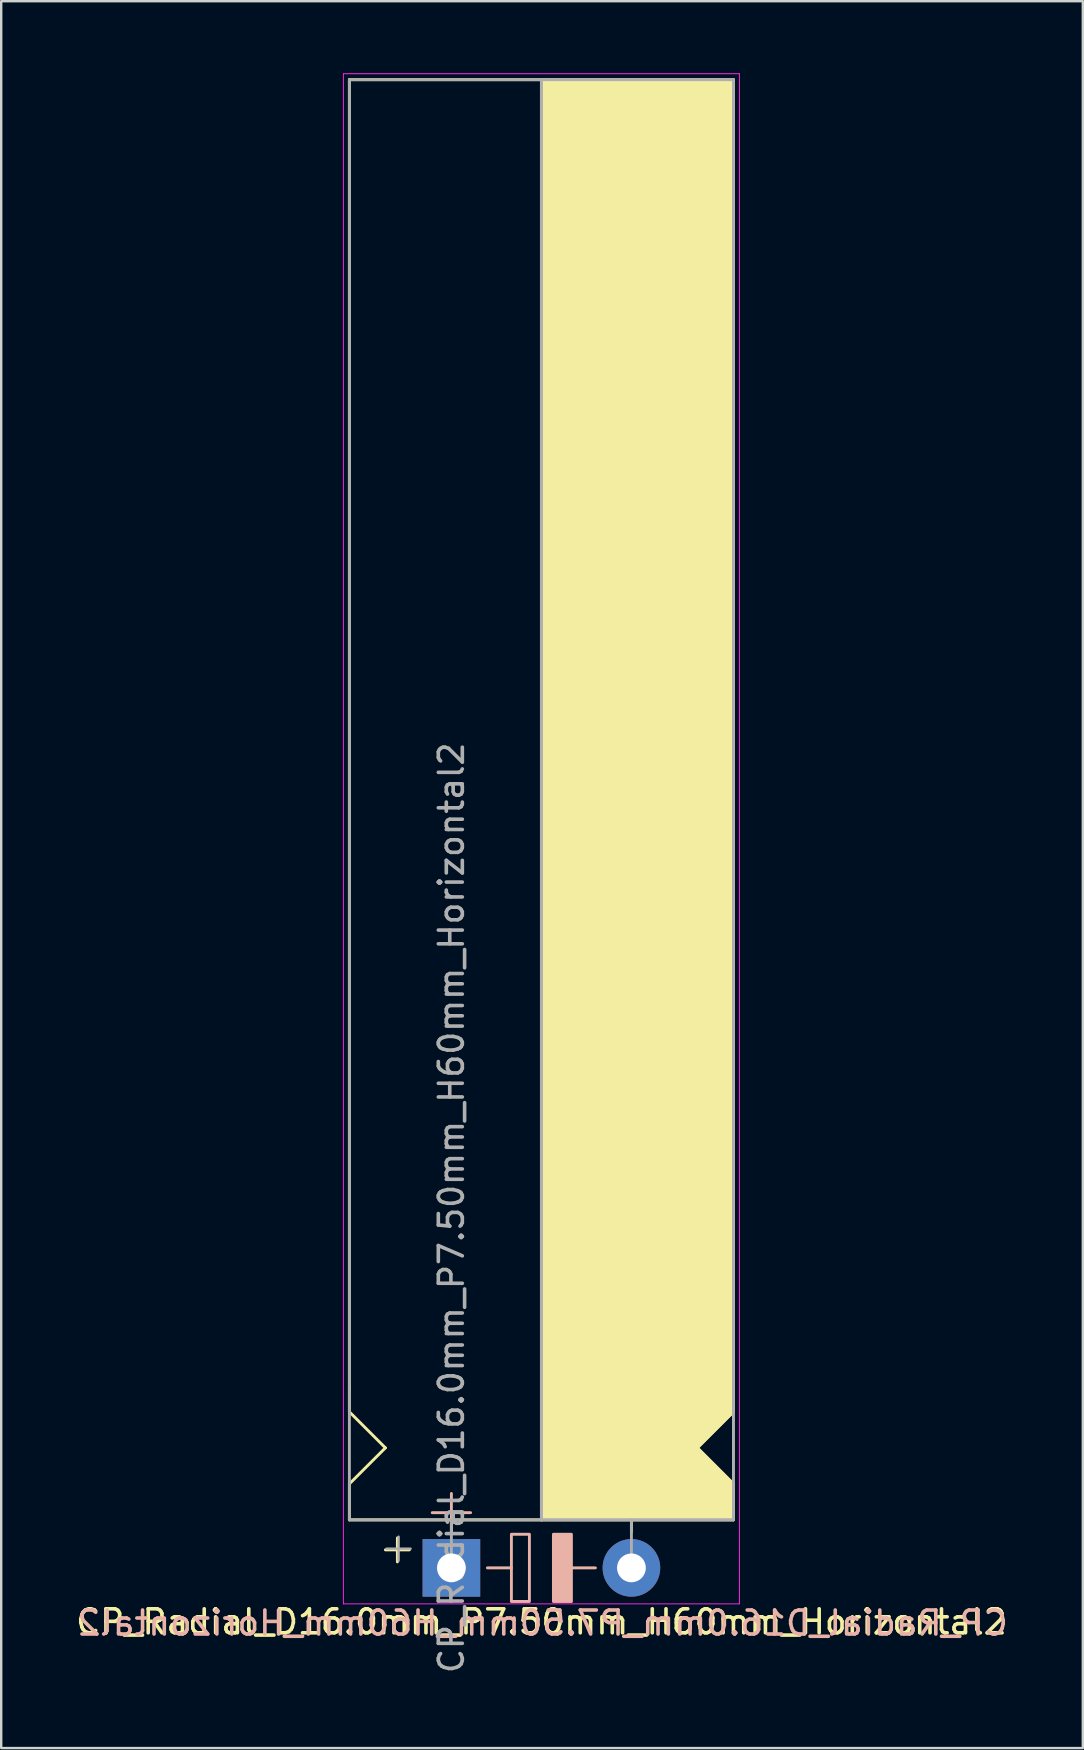
<source format=kicad_pcb>
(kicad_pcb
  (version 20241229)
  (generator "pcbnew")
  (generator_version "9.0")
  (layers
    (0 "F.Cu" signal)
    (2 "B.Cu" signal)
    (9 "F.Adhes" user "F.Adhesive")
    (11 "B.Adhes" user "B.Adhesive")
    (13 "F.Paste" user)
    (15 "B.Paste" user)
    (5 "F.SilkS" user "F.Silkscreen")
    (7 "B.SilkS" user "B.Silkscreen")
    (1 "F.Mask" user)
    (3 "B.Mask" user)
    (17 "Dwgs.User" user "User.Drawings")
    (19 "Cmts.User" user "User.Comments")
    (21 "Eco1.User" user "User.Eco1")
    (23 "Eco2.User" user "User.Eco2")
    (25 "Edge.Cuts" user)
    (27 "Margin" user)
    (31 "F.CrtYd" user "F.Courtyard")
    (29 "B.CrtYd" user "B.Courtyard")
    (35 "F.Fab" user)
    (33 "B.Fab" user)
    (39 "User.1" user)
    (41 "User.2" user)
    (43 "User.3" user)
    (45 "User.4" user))
  (footprint "CP_Radial_D16.0mm_P7.50mm_H60mm_Horizontal2"
    (layer "F.Cu")
    (at 15.756 62.27)
    (property "Reference" "CP_Radial_D16.0mm_P7.50mm_H60mm_Horizontal2" (at 3.75 2.25 0) (layer "F.SilkS") (effects (font (size 1 1) (thickness 0.15))))
    (fp_line (start -4.25 -7.5) (end -4.25 -62) (stroke (width 0.12) (type solid)) (layer "F.SilkS"))
    (fp_line (start -4.25 -6.5) (end -4.25 -7.5) (stroke (width 0.12) (type solid)) (layer "F.SilkS"))
    (fp_line (start -4.25 -3.5) (end -2.75 -5) (stroke (width 0.12) (type solid)) (layer "F.SilkS"))
    (fp_line (start -4.25 -2) (end -4.25 -3.5) (stroke (width 0.12) (type solid)) (layer "F.SilkS"))
    (fp_line (start -2.75 -5) (end -4.25 -6.5) (stroke (width 0.12) (type solid)) (layer "F.SilkS"))
    (fp_line (start -2.25 -1.25) (end -2.25 -0.25) (stroke (width 0.12) (type solid)) (layer "F.SilkS"))
    (fp_line (start -1.75 -0.75) (end -2.75 -0.75) (stroke (width 0.12) (type solid)) (layer "F.SilkS"))
    (fp_line (start 0 -1.5) (end 0 -2) (stroke (width 0.12) (type solid)) (layer "F.SilkS"))
    (fp_line (start 3.75 -2) (end -4.25 -2) (stroke (width 0.12) (type solid)) (layer "F.SilkS"))
    (fp_line (start 3.75 -2) (end 3.75 -62) (stroke (width 0.12) (type solid)) (layer "F.SilkS"))
    (fp_line (start 3.75 -2) (end 11.75 -2) (stroke (width 0.12) (type solid)) (layer "F.SilkS"))
    (fp_line (start 7.5 -1.5) (end 7.5 -2) (stroke (width 0.12) (type solid)) (layer "F.SilkS"))
    (fp_line (start 10.25 -5) (end 11.75 -6.5) (stroke (width 0.12) (type solid)) (layer "F.SilkS"))
    (fp_line (start 11.75 -62) (end -4.25 -62) (stroke (width 0.12) (type solid)) (layer "F.SilkS"))
    (fp_line (start 11.75 -62) (end 11.75 -6.5) (stroke (width 0.12) (type solid)) (layer "F.SilkS"))
    (fp_line (start 11.75 -3.5) (end 10.25 -5) (stroke (width 0.12) (type solid)) (layer "F.SilkS"))
    (fp_line (start 11.75 -2) (end 11.75 -3.5) (stroke (width 0.12) (type solid)) (layer "F.SilkS"))
    (fp_poly (pts (xy 11.75 -3.5) (xy 10.25 -5) (xy 11.75 -6.5) (xy 11.75 -62) (xy 3.75 -62) (xy 3.75 -2) (xy 11.75 -2)) (stroke (width 0.1) (type solid)) (fill yes) (layer "F.SilkS"))
    (fp_line (start 0 -3.1) (end 0 -1.5) (stroke (width 0.12) (type solid)) (layer "B.SilkS"))
    (fp_line (start 0.8 -2.3) (end -0.8 -2.3) (stroke (width 0.12) (type solid)) (layer "B.SilkS"))
    (fp_line (start 2.5 0) (end 1.5 0) (stroke (width 0.12) (type solid)) (layer "B.SilkS"))
    (fp_line (start 6 0) (end 5 0) (stroke (width 0.12) (type solid)) (layer "B.SilkS"))
    (fp_rect (start 2.5 -1.4) (end 3.25 1.4) (stroke (width 0.12) (type solid)) (fill no) (layer "B.SilkS"))
    (fp_rect (start 4.25 -1.4) (end 5 1.4) (stroke (width 0.12) (type solid)) (fill yes) (layer "B.SilkS"))
    (fp_line (start -4.5 -62.25) (end -4.5 1.5) (stroke (width 0.04) (type solid)) (layer "F.CrtYd"))
    (fp_line (start -4.5 1.5) (end 12 1.5) (stroke (width 0.04) (type solid)) (layer "F.CrtYd"))
    (fp_line (start 12 -62.25) (end -4.5 -62.25) (stroke (width 0.04) (type solid)) (layer "F.CrtYd"))
    (fp_line (start 12 1.5) (end 12 -62.25) (stroke (width 0.04) (type solid)) (layer "F.CrtYd"))
    (fp_line (start -4.25 -62) (end 11.75 -62) (stroke (width 0.12) (type solid)) (layer "F.Fab"))
    (fp_line (start -4.25 -2) (end -4.25 -62) (stroke (width 0.12) (type solid)) (layer "F.Fab"))
    (fp_line (start -2.7 -0.8) (end -1.7 -0.8) (stroke (width 0.1) (type solid)) (layer "F.Fab"))
    (fp_line (start -2.2 -0.3) (end -2.2 -1.3) (stroke (width 0.1) (type solid)) (layer "F.Fab"))
    (fp_line (start 0 -2) (end -4.25 -2) (stroke (width 0.12) (type solid)) (layer "F.Fab"))
    (fp_line (start 0 0) (end 0 -2) (stroke (width 0.12) (type solid)) (layer "F.Fab"))
    (fp_line (start 3.75 -2) (end 3.75 -62) (stroke (width 0.12) (type solid)) (layer "F.Fab"))
    (fp_line (start 7.5 0) (end 7.5 -2) (stroke (width 0.12) (type solid)) (layer "F.Fab"))
    (fp_line (start 11.75 -62) (end 11.75 -2) (stroke (width 0.12) (type solid)) (layer "F.Fab"))
    (fp_line (start 11.75 -2) (end 0 -2) (stroke (width 0.12) (type solid)) (layer "F.Fab"))
    (fp_poly (pts (xy 11.75 -62) (xy 3.75 -62) (xy 3.75 -2) (xy 11.75 -2)) (stroke (width 0.1) (type solid)) (fill no) (layer "F.Fab"))
    (fp_text user "${REFERENCE}" (at 3.8 2.3 0) (layer "B.SilkS") (effects (font (size 1 1) (thickness 0.15)) (justify mirror)))
    (fp_text user "${REFERENCE}" (at 0 -15 90) (layer "F.Fab") (effects (font (size 1 1) (thickness 0.15))))
    (pad "1" thru_hole rect (at 0 0) (size 2.4 2.4) (drill 1.2) (layers "*.Cu" "*.Mask"))
    (pad "2" thru_hole circle (at 7.5 0) (size 2.4 2.4) (drill 1.2) (layers "*.Cu" "*.Mask")))
  (gr_rect
    (start -3 -3)
    (end 42.062 69.776)
    (stroke (width 0.1) (type default))
    (fill no)
    (layer "Edge.Cuts")))
</source>
